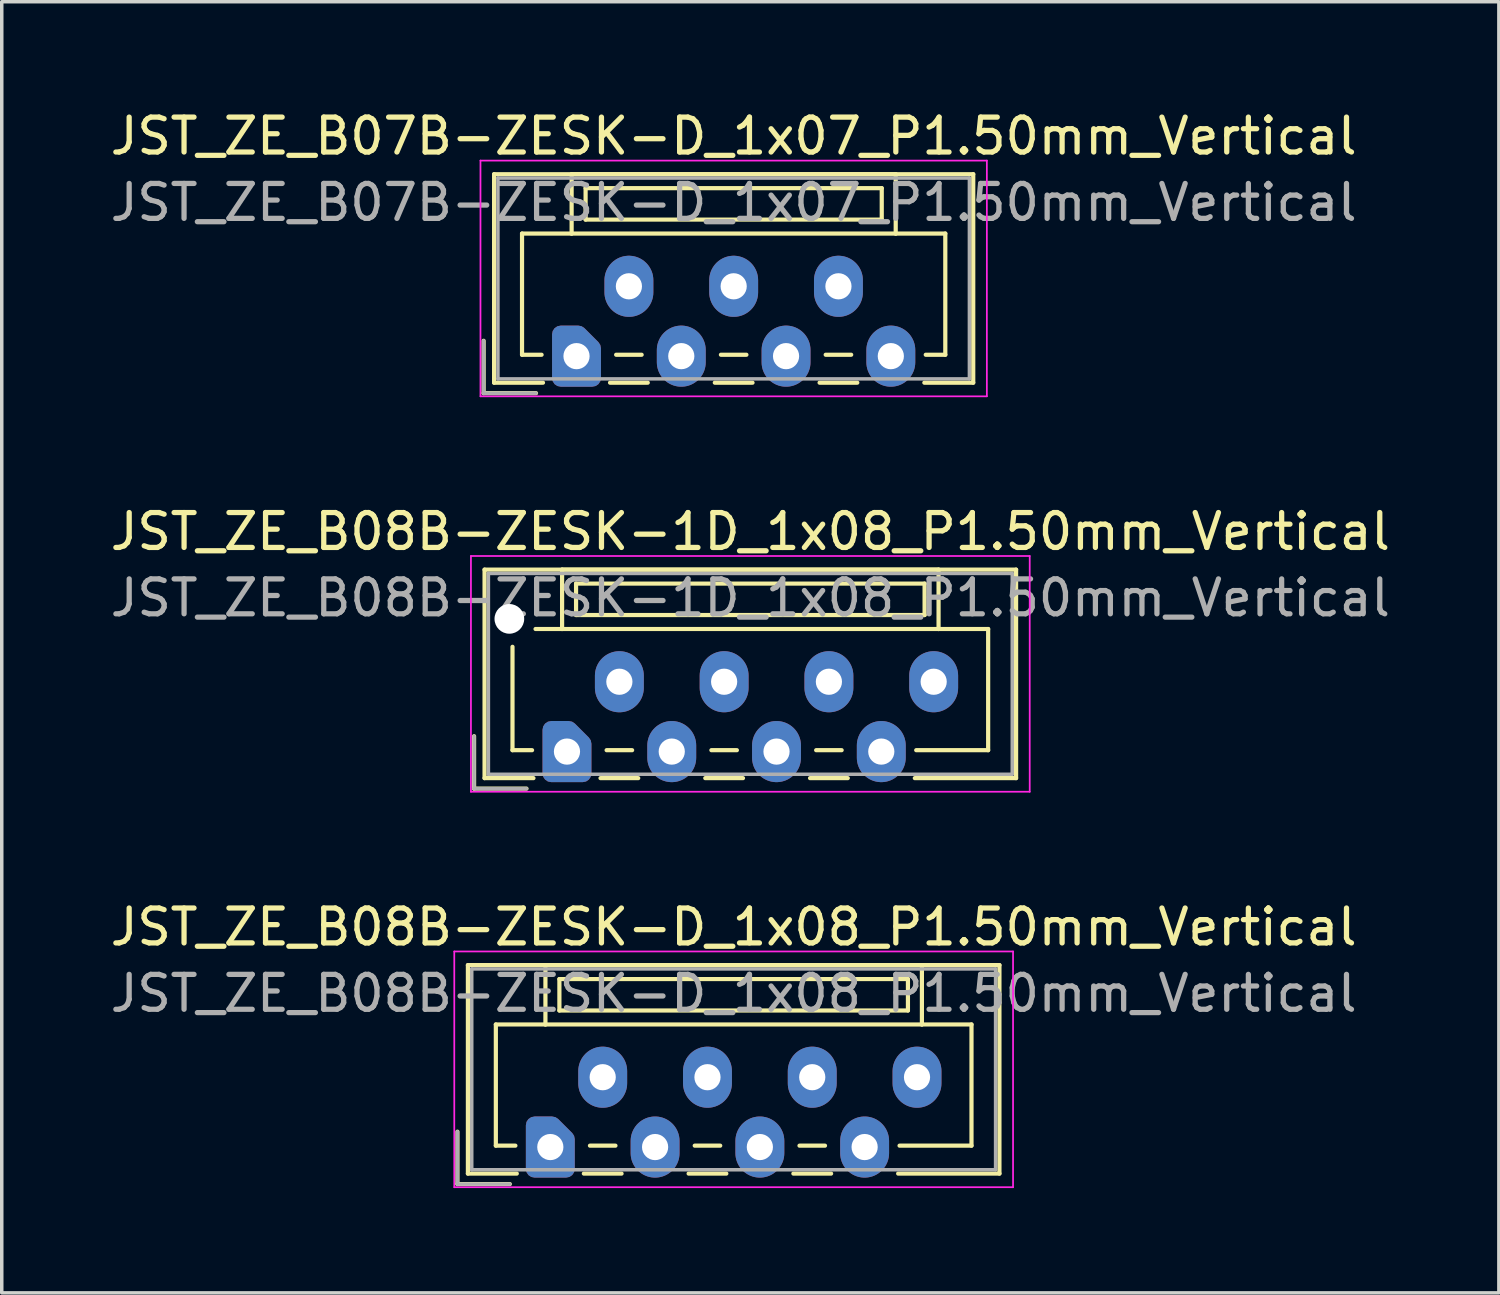
<source format=kicad_pcb>
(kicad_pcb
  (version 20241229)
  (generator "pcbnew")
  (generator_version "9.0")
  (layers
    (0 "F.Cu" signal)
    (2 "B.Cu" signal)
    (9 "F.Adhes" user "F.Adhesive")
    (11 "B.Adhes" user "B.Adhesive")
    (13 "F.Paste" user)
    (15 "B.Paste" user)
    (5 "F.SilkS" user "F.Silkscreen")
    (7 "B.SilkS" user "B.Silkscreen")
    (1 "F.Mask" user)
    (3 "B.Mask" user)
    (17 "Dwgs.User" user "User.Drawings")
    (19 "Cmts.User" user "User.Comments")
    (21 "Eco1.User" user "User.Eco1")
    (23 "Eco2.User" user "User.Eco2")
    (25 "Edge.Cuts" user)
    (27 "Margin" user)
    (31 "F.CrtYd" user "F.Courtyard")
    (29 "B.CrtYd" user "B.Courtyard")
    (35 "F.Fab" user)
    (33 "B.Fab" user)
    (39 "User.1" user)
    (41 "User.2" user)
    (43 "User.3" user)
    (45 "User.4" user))
  (footprint "JST_ZE_B07B-ZESK-D_1x07_P1.50mm_Vertical"
    (layer "F.Cu")
    (at 13.458 7.148)
    (property "Reference" "JST_ZE_B07B-ZESK-D_1x07_P1.50mm_Vertical" (at 4.5 -6.3 0) (layer "F.SilkS") (effects (font (size 1 1) (thickness 0.15))))
    (attr through_hole)
    (fp_line (start -2.66 -0.44) (end -2.66 1.06) (stroke (width 0.12) (type solid)) (layer "F.SilkS"))
    (fp_line (start -2.66 1.06) (end -1.16 1.06) (stroke (width 0.12) (type solid)) (layer "F.SilkS"))
    (fp_line (start -2.36 -5.21) (end 11.36 -5.21) (stroke (width 0.12) (type solid)) (layer "F.SilkS"))
    (fp_line (start -2.36 0.76) (end -2.36 -5.21) (stroke (width 0.12) (type solid)) (layer "F.SilkS"))
    (fp_line (start -1.56 -3.51) (end -1.56 -0.04) (stroke (width 0.12) (type solid)) (layer "F.SilkS"))
    (fp_line (start -1.56 -0.04) (end -1 -0.04) (stroke (width 0.12) (type solid)) (layer "F.SilkS"))
    (fp_line (start -0.96 0.76) (end -2.36 0.76) (stroke (width 0.12) (type solid)) (layer "F.SilkS"))
    (fp_line (start -0.14 -5.21) (end -0.14 -3.51) (stroke (width 0.12) (type solid)) (layer "F.SilkS"))
    (fp_line (start -0.14 -3.51) (end -1.56 -3.51) (stroke (width 0.12) (type solid)) (layer "F.SilkS"))
    (fp_line (start -0.14 -3.51) (end 9.14 -3.51) (stroke (width 0.12) (type solid)) (layer "F.SilkS"))
    (fp_line (start 0.26 -4.81) (end 0.26 -3.91) (stroke (width 0.12) (type solid)) (layer "F.SilkS"))
    (fp_line (start 0.26 -3.91) (end 8.74 -3.91) (stroke (width 0.12) (type solid)) (layer "F.SilkS"))
    (fp_line (start 0.96 0.76) (end 2.04 0.76) (stroke (width 0.12) (type solid)) (layer "F.SilkS"))
    (fp_line (start 1.135 -0.04) (end 1.865 -0.04) (stroke (width 0.12) (type solid)) (layer "F.SilkS"))
    (fp_line (start 3.96 0.76) (end 5.04 0.76) (stroke (width 0.12) (type solid)) (layer "F.SilkS"))
    (fp_line (start 4.135 -0.04) (end 4.865 -0.04) (stroke (width 0.12) (type solid)) (layer "F.SilkS"))
    (fp_line (start 6.96 0.76) (end 8.04 0.76) (stroke (width 0.12) (type solid)) (layer "F.SilkS"))
    (fp_line (start 7.135 -0.04) (end 7.865 -0.04) (stroke (width 0.12) (type solid)) (layer "F.SilkS"))
    (fp_line (start 8.74 -4.81) (end 0.26 -4.81) (stroke (width 0.12) (type solid)) (layer "F.SilkS"))
    (fp_line (start 8.74 -3.91) (end 8.74 -4.81) (stroke (width 0.12) (type solid)) (layer "F.SilkS"))
    (fp_line (start 9.14 -5.21) (end -0.14 -5.21) (stroke (width 0.12) (type solid)) (layer "F.SilkS"))
    (fp_line (start 9.14 -3.51) (end 9.14 -5.21) (stroke (width 0.12) (type solid)) (layer "F.SilkS"))
    (fp_line (start 9.14 -3.51) (end 10.56 -3.51) (stroke (width 0.12) (type solid)) (layer "F.SilkS"))
    (fp_line (start 10.56 -3.51) (end 10.56 -0.04) (stroke (width 0.12) (type solid)) (layer "F.SilkS"))
    (fp_line (start 10.56 -0.04) (end 10 -0.04) (stroke (width 0.12) (type solid)) (layer "F.SilkS"))
    (fp_line (start 11.36 -5.21) (end 11.36 0.76) (stroke (width 0.12) (type solid)) (layer "F.SilkS"))
    (fp_line (start 11.36 0.76) (end 9.96 0.76) (stroke (width 0.12) (type solid)) (layer "F.SilkS"))
    (fp_line (start -2.75 -5.6) (end -2.75 1.15) (stroke (width 0.05) (type solid)) (layer "F.CrtYd"))
    (fp_line (start -2.75 1.15) (end 11.75 1.15) (stroke (width 0.05) (type solid)) (layer "F.CrtYd"))
    (fp_line (start 11.75 -5.6) (end -2.75 -5.6) (stroke (width 0.05) (type solid)) (layer "F.CrtYd"))
    (fp_line (start 11.75 1.15) (end 11.75 -5.6) (stroke (width 0.05) (type solid)) (layer "F.CrtYd"))
    (fp_line (start -2.66 -0.44) (end -2.66 1.06) (stroke (width 0.1) (type solid)) (layer "F.Fab"))
    (fp_line (start -2.66 1.06) (end -1.16 1.06) (stroke (width 0.1) (type solid)) (layer "F.Fab"))
    (fp_line (start -2.25 -5.1) (end -2.25 0.65) (stroke (width 0.1) (type solid)) (layer "F.Fab"))
    (fp_line (start -2.25 0.65) (end 11.25 0.65) (stroke (width 0.1) (type solid)) (layer "F.Fab"))
    (fp_line (start 11.25 -5.1) (end -2.25 -5.1) (stroke (width 0.1) (type solid)) (layer "F.Fab"))
    (fp_line (start 11.25 0.65) (end 11.25 -5.1) (stroke (width 0.1) (type solid)) (layer "F.Fab"))
    (fp_text user "${REFERENCE}" (at 4.5 -4.4 0) (layer "F.Fab") (effects (font (size 1 1) (thickness 0.15))))
    (pad "1" thru_hole custom (at 0 0) (size 1.117 1.117) (drill 0.75) (layers "*.Cu" "*.Mask") (options (anchor circle)) (primitives (gr_poly (pts (xy -0.45 -0.625) (xy 0.05 -0.625) (xy 0.45 -0.225) (xy 0.45 0.625) (xy -0.45 0.625)) (width 0.5) (fill yes))))
    (pad "2" thru_hole oval (at 1.5 -2) (size 1.4 1.75) (drill 0.75) (layers "*.Cu" "*.Mask"))
    (pad "3" thru_hole oval (at 3 0) (size 1.4 1.75) (drill 0.75) (layers "*.Cu" "*.Mask"))
    (pad "4" thru_hole oval (at 4.5 -2) (size 1.4 1.75) (drill 0.75) (layers "*.Cu" "*.Mask"))
    (pad "5" thru_hole oval (at 6 0) (size 1.4 1.75) (drill 0.75) (layers "*.Cu" "*.Mask"))
    (pad "6" thru_hole oval (at 7.5 -2) (size 1.4 1.75) (drill 0.75) (layers "*.Cu" "*.Mask"))
    (pad "7" thru_hole oval (at 9 0) (size 1.4 1.75) (drill 0.75) (layers "*.Cu" "*.Mask")))
  (footprint "JST_ZE_B08B-ZESK-D_1x08_P1.50mm_Vertical"
    (layer "F.Cu")
    (at 12.708 29.795)
    (property "Reference" "JST_ZE_B08B-ZESK-D_1x08_P1.50mm_Vertical" (at 5.25 -6.3 0) (layer "F.SilkS") (effects (font (size 1 1) (thickness 0.15))))
    (attr through_hole)
    (fp_line (start -2.66 -0.44) (end -2.66 1.06) (stroke (width 0.12) (type solid)) (layer "F.SilkS"))
    (fp_line (start -2.66 1.06) (end -1.16 1.06) (stroke (width 0.12) (type solid)) (layer "F.SilkS"))
    (fp_line (start -2.36 -5.21) (end 12.86 -5.21) (stroke (width 0.12) (type solid)) (layer "F.SilkS"))
    (fp_line (start -2.36 0.76) (end -2.36 -5.21) (stroke (width 0.12) (type solid)) (layer "F.SilkS"))
    (fp_line (start -1.56 -3.51) (end -1.56 -0.04) (stroke (width 0.12) (type solid)) (layer "F.SilkS"))
    (fp_line (start -1.56 -0.04) (end -1 -0.04) (stroke (width 0.12) (type solid)) (layer "F.SilkS"))
    (fp_line (start -0.96 0.76) (end -2.36 0.76) (stroke (width 0.12) (type solid)) (layer "F.SilkS"))
    (fp_line (start -0.14 -5.21) (end -0.14 -3.51) (stroke (width 0.12) (type solid)) (layer "F.SilkS"))
    (fp_line (start -0.14 -3.51) (end -1.56 -3.51) (stroke (width 0.12) (type solid)) (layer "F.SilkS"))
    (fp_line (start -0.14 -3.51) (end 10.64 -3.51) (stroke (width 0.12) (type solid)) (layer "F.SilkS"))
    (fp_line (start 0.26 -4.81) (end 0.26 -3.91) (stroke (width 0.12) (type solid)) (layer "F.SilkS"))
    (fp_line (start 0.26 -3.91) (end 10.24 -3.91) (stroke (width 0.12) (type solid)) (layer "F.SilkS"))
    (fp_line (start 0.96 0.76) (end 2.04 0.76) (stroke (width 0.12) (type solid)) (layer "F.SilkS"))
    (fp_line (start 1.135 -0.04) (end 1.865 -0.04) (stroke (width 0.12) (type solid)) (layer "F.SilkS"))
    (fp_line (start 3.96 0.76) (end 5.04 0.76) (stroke (width 0.12) (type solid)) (layer "F.SilkS"))
    (fp_line (start 4.135 -0.04) (end 4.865 -0.04) (stroke (width 0.12) (type solid)) (layer "F.SilkS"))
    (fp_line (start 6.96 0.76) (end 8.04 0.76) (stroke (width 0.12) (type solid)) (layer "F.SilkS"))
    (fp_line (start 7.135 -0.04) (end 7.865 -0.04) (stroke (width 0.12) (type solid)) (layer "F.SilkS"))
    (fp_line (start 10.24 -4.81) (end 0.26 -4.81) (stroke (width 0.12) (type solid)) (layer "F.SilkS"))
    (fp_line (start 10.24 -3.91) (end 10.24 -4.81) (stroke (width 0.12) (type solid)) (layer "F.SilkS"))
    (fp_line (start 10.64 -5.21) (end -0.14 -5.21) (stroke (width 0.12) (type solid)) (layer "F.SilkS"))
    (fp_line (start 10.64 -3.51) (end 10.64 -5.21) (stroke (width 0.12) (type solid)) (layer "F.SilkS"))
    (fp_line (start 10.64 -3.51) (end 12.06 -3.51) (stroke (width 0.12) (type solid)) (layer "F.SilkS"))
    (fp_line (start 12.06 -3.51) (end 12.06 -0.04) (stroke (width 0.12) (type solid)) (layer "F.SilkS"))
    (fp_line (start 12.06 -0.04) (end 10 -0.04) (stroke (width 0.12) (type solid)) (layer "F.SilkS"))
    (fp_line (start 12.86 -5.21) (end 12.86 0.76) (stroke (width 0.12) (type solid)) (layer "F.SilkS"))
    (fp_line (start 12.86 0.76) (end 9.96 0.76) (stroke (width 0.12) (type solid)) (layer "F.SilkS"))
    (fp_line (start -2.75 -5.6) (end -2.75 1.15) (stroke (width 0.05) (type solid)) (layer "F.CrtYd"))
    (fp_line (start -2.75 1.15) (end 13.25 1.15) (stroke (width 0.05) (type solid)) (layer "F.CrtYd"))
    (fp_line (start 13.25 -5.6) (end -2.75 -5.6) (stroke (width 0.05) (type solid)) (layer "F.CrtYd"))
    (fp_line (start 13.25 1.15) (end 13.25 -5.6) (stroke (width 0.05) (type solid)) (layer "F.CrtYd"))
    (fp_line (start -2.66 -0.44) (end -2.66 1.06) (stroke (width 0.1) (type solid)) (layer "F.Fab"))
    (fp_line (start -2.66 1.06) (end -1.16 1.06) (stroke (width 0.1) (type solid)) (layer "F.Fab"))
    (fp_line (start -2.25 -5.1) (end -2.25 0.65) (stroke (width 0.1) (type solid)) (layer "F.Fab"))
    (fp_line (start -2.25 0.65) (end 12.75 0.65) (stroke (width 0.1) (type solid)) (layer "F.Fab"))
    (fp_line (start 12.75 -5.1) (end -2.25 -5.1) (stroke (width 0.1) (type solid)) (layer "F.Fab"))
    (fp_line (start 12.75 0.65) (end 12.75 -5.1) (stroke (width 0.1) (type solid)) (layer "F.Fab"))
    (fp_text user "${REFERENCE}" (at 5.25 -4.4 0) (layer "F.Fab") (effects (font (size 1 1) (thickness 0.15))))
    (pad "1" thru_hole custom (at 0 0) (size 1.117 1.117) (drill 0.75) (layers "*.Cu" "*.Mask") (options (anchor circle)) (primitives (gr_poly (pts (xy -0.45 -0.625) (xy 0.05 -0.625) (xy 0.45 -0.225) (xy 0.45 0.625) (xy -0.45 0.625)) (width 0.5) (fill yes))))
    (pad "2" thru_hole oval (at 1.5 -2) (size 1.4 1.75) (drill 0.75) (layers "*.Cu" "*.Mask"))
    (pad "3" thru_hole oval (at 3 0) (size 1.4 1.75) (drill 0.75) (layers "*.Cu" "*.Mask"))
    (pad "4" thru_hole oval (at 4.5 -2) (size 1.4 1.75) (drill 0.75) (layers "*.Cu" "*.Mask"))
    (pad "5" thru_hole oval (at 6 0) (size 1.4 1.75) (drill 0.75) (layers "*.Cu" "*.Mask"))
    (pad "6" thru_hole oval (at 7.5 -2) (size 1.4 1.75) (drill 0.75) (layers "*.Cu" "*.Mask"))
    (pad "7" thru_hole oval (at 9 0) (size 1.4 1.75) (drill 0.75) (layers "*.Cu" "*.Mask"))
    (pad "8" thru_hole oval (at 10.5 -2) (size 1.4 1.75) (drill 0.75) (layers "*.Cu" "*.Mask")))
  (footprint "JST_ZE_B08B-ZESK-1D_1x08_P1.50mm_Vertical"
    (layer "F.Cu")
    (at 13.185 18.471)
    (property "Reference" "JST_ZE_B08B-ZESK-1D_1x08_P1.50mm_Vertical" (at 5.25 -6.3 0) (layer "F.SilkS") (effects (font (size 1 1) (thickness 0.15))))
    (attr through_hole)
    (fp_line (start -2.66 -0.44) (end -2.66 1.06) (stroke (width 0.12) (type solid)) (layer "F.SilkS"))
    (fp_line (start -2.66 1.06) (end -1.16 1.06) (stroke (width 0.12) (type solid)) (layer "F.SilkS"))
    (fp_line (start -2.36 -5.21) (end 12.86 -5.21) (stroke (width 0.12) (type solid)) (layer "F.SilkS"))
    (fp_line (start -2.36 0.76) (end -2.36 -5.21) (stroke (width 0.12) (type solid)) (layer "F.SilkS"))
    (fp_line (start -1.56 -3) (end -1.56 -0.04) (stroke (width 0.12) (type solid)) (layer "F.SilkS"))
    (fp_line (start -1.56 -0.04) (end -1 -0.04) (stroke (width 0.12) (type solid)) (layer "F.SilkS"))
    (fp_line (start -0.96 0.76) (end -2.36 0.76) (stroke (width 0.12) (type solid)) (layer "F.SilkS"))
    (fp_line (start -0.14 -5.21) (end -0.14 -3.51) (stroke (width 0.12) (type solid)) (layer "F.SilkS"))
    (fp_line (start -0.14 -3.51) (end -0.9 -3.51) (stroke (width 0.12) (type solid)) (layer "F.SilkS"))
    (fp_line (start -0.14 -3.51) (end 10.64 -3.51) (stroke (width 0.12) (type solid)) (layer "F.SilkS"))
    (fp_line (start 0.26 -4.81) (end 0.26 -3.91) (stroke (width 0.12) (type solid)) (layer "F.SilkS"))
    (fp_line (start 0.26 -3.91) (end 10.24 -3.91) (stroke (width 0.12) (type solid)) (layer "F.SilkS"))
    (fp_line (start 0.96 0.76) (end 2.04 0.76) (stroke (width 0.12) (type solid)) (layer "F.SilkS"))
    (fp_line (start 1.135 -0.04) (end 1.865 -0.04) (stroke (width 0.12) (type solid)) (layer "F.SilkS"))
    (fp_line (start 3.96 0.76) (end 5.04 0.76) (stroke (width 0.12) (type solid)) (layer "F.SilkS"))
    (fp_line (start 4.135 -0.04) (end 4.865 -0.04) (stroke (width 0.12) (type solid)) (layer "F.SilkS"))
    (fp_line (start 6.96 0.76) (end 8.04 0.76) (stroke (width 0.12) (type solid)) (layer "F.SilkS"))
    (fp_line (start 7.135 -0.04) (end 7.865 -0.04) (stroke (width 0.12) (type solid)) (layer "F.SilkS"))
    (fp_line (start 10.24 -4.81) (end 0.26 -4.81) (stroke (width 0.12) (type solid)) (layer "F.SilkS"))
    (fp_line (start 10.24 -3.91) (end 10.24 -4.81) (stroke (width 0.12) (type solid)) (layer "F.SilkS"))
    (fp_line (start 10.64 -5.21) (end -0.14 -5.21) (stroke (width 0.12) (type solid)) (layer "F.SilkS"))
    (fp_line (start 10.64 -3.51) (end 10.64 -5.21) (stroke (width 0.12) (type solid)) (layer "F.SilkS"))
    (fp_line (start 10.64 -3.51) (end 12.06 -3.51) (stroke (width 0.12) (type solid)) (layer "F.SilkS"))
    (fp_line (start 12.06 -3.51) (end 12.06 -0.04) (stroke (width 0.12) (type solid)) (layer "F.SilkS"))
    (fp_line (start 12.06 -0.04) (end 10 -0.04) (stroke (width 0.12) (type solid)) (layer "F.SilkS"))
    (fp_line (start 12.86 -5.21) (end 12.86 0.76) (stroke (width 0.12) (type solid)) (layer "F.SilkS"))
    (fp_line (start 12.86 0.76) (end 9.96 0.76) (stroke (width 0.12) (type solid)) (layer "F.SilkS"))
    (fp_line (start -2.75 -5.6) (end -2.75 1.15) (stroke (width 0.05) (type solid)) (layer "F.CrtYd"))
    (fp_line (start -2.75 1.15) (end 13.25 1.15) (stroke (width 0.05) (type solid)) (layer "F.CrtYd"))
    (fp_line (start 13.25 -5.6) (end -2.75 -5.6) (stroke (width 0.05) (type solid)) (layer "F.CrtYd"))
    (fp_line (start 13.25 1.15) (end 13.25 -5.6) (stroke (width 0.05) (type solid)) (layer "F.CrtYd"))
    (fp_line (start -2.66 -0.44) (end -2.66 1.06) (stroke (width 0.1) (type solid)) (layer "F.Fab"))
    (fp_line (start -2.66 1.06) (end -1.16 1.06) (stroke (width 0.1) (type solid)) (layer "F.Fab"))
    (fp_line (start -2.25 -5.1) (end -2.25 0.65) (stroke (width 0.1) (type solid)) (layer "F.Fab"))
    (fp_line (start -2.25 0.65) (end 12.75 0.65) (stroke (width 0.1) (type solid)) (layer "F.Fab"))
    (fp_line (start 12.75 -5.1) (end -2.25 -5.1) (stroke (width 0.1) (type solid)) (layer "F.Fab"))
    (fp_line (start 12.75 0.65) (end 12.75 -5.1) (stroke (width 0.1) (type solid)) (layer "F.Fab"))
    (fp_text user "${REFERENCE}" (at 5.25 -4.4 0) (layer "F.Fab") (effects (font (size 1 1) (thickness 0.15))))
    (pad "" np_thru_hole circle (at -1.65 -3.8) (size 0.85 0.85) (drill 0.85) (layers "*.Cu" "*.Mask"))
    (pad "1" thru_hole custom (at 0 0) (size 1.117 1.117) (drill 0.75) (layers "*.Cu" "*.Mask") (options (anchor circle)) (primitives (gr_poly (pts (xy -0.45 -0.625) (xy 0.05 -0.625) (xy 0.45 -0.225) (xy 0.45 0.625) (xy -0.45 0.625)) (width 0.5) (fill yes))))
    (pad "2" thru_hole oval (at 1.5 -2) (size 1.4 1.75) (drill 0.75) (layers "*.Cu" "*.Mask"))
    (pad "3" thru_hole oval (at 3 0) (size 1.4 1.75) (drill 0.75) (layers "*.Cu" "*.Mask"))
    (pad "4" thru_hole oval (at 4.5 -2) (size 1.4 1.75) (drill 0.75) (layers "*.Cu" "*.Mask"))
    (pad "5" thru_hole oval (at 6 0) (size 1.4 1.75) (drill 0.75) (layers "*.Cu" "*.Mask"))
    (pad "6" thru_hole oval (at 7.5 -2) (size 1.4 1.75) (drill 0.75) (layers "*.Cu" "*.Mask"))
    (pad "7" thru_hole oval (at 9 0) (size 1.4 1.75) (drill 0.75) (layers "*.Cu" "*.Mask"))
    (pad "8" thru_hole oval (at 10.5 -2) (size 1.4 1.75) (drill 0.75) (layers "*.Cu" "*.Mask")))
  (gr_rect
    (start -3 -3)
    (end 39.869 33.97)
    (stroke (width 0.1) (type default))
    (fill no)
    (layer "Edge.Cuts")))
</source>
